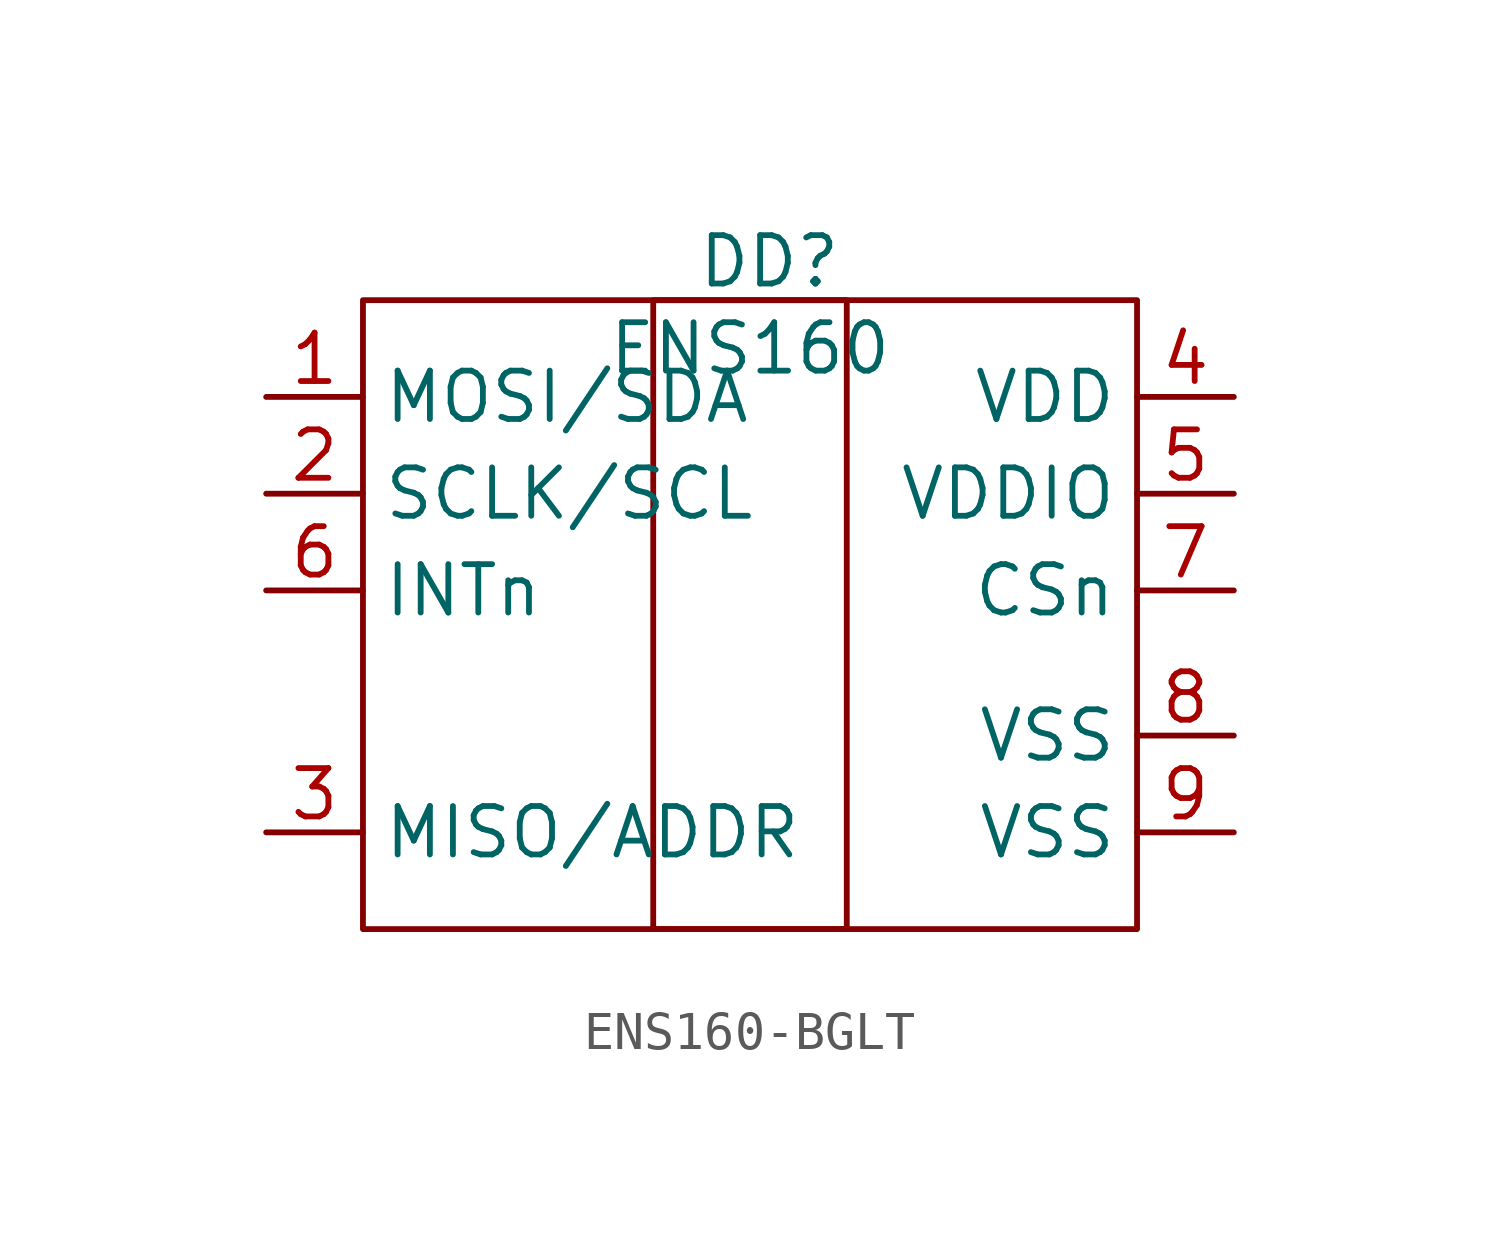
<source format=kicad_sym>
(kicad_symbol_lib
  (version 20241209)
  (generator "kicad_symbol_editor")
  (generator_version "9.0")
  (symbol "ENS160-BGLT"
    (property "Reference" "DD"
      (at -2.032 9.906 0)
      (effects (font (size 1.27 1.27))))
    (property "Value" "ENS160"
      (at -2.54 7.62 0)
      (effects (font (size 1.27 1.27))))
    (symbol "ENS160-BGLT_1_0"
      (rectangle (start -12.7 8.89) (end 7.62 -7.62) (stroke (width 0) (type default)) (fill (type none)))
      (rectangle (start -5.08 8.89) (end 0 -7.62) (stroke (width 0) (type default)) (fill (type none)))
      (pin unspecified line (at -15.24 6.35 0) (length 2.54) (name "MOSI/SDA" (effects (font (size 1.27 1.27)))) (number "1" (effects (font (size 1.27 1.27)))))
      (pin unspecified line (at -15.24 3.81 0) (length 2.54) (name "SCLK/SCL" (effects (font (size 1.27 1.27)))) (number "2" (effects (font (size 1.27 1.27)))))
      (pin unspecified line (at -15.24 1.27 0) (length 2.54) (name "INTn" (effects (font (size 1.27 1.27)))) (number "6" (effects (font (size 1.27 1.27)))))
      (pin unspecified line (at -15.24 -5.08 0) (length 2.54) (name "MISO/ADDR" (effects (font (size 1.27 1.27)))) (number "3" (effects (font (size 1.27 1.27)))))
      (pin unspecified line (at 10.16 6.35 180) (length 2.54) (name "VDD" (effects (font (size 1.27 1.27)))) (number "4" (effects (font (size 1.27 1.27)))))
      (pin unspecified line (at 10.16 3.81 180) (length 2.54) (name "VDDIO" (effects (font (size 1.27 1.27)))) (number "5" (effects (font (size 1.27 1.27)))))
      (pin unspecified line (at 10.16 1.27 180) (length 2.54) (name "CSn" (effects (font (size 1.27 1.27)))) (number "7" (effects (font (size 1.27 1.27)))))
      (pin unspecified line (at 10.16 -2.54 180) (length 2.54) (name "VSS" (effects (font (size 1.27 1.27)))) (number "8" (effects (font (size 1.27 1.27)))))
      (pin unspecified line (at 10.16 -5.08 180) (length 2.54) (name "VSS" (effects (font (size 1.27 1.27)))) (number "9" (effects (font (size 1.27 1.27))))))))
</source>
